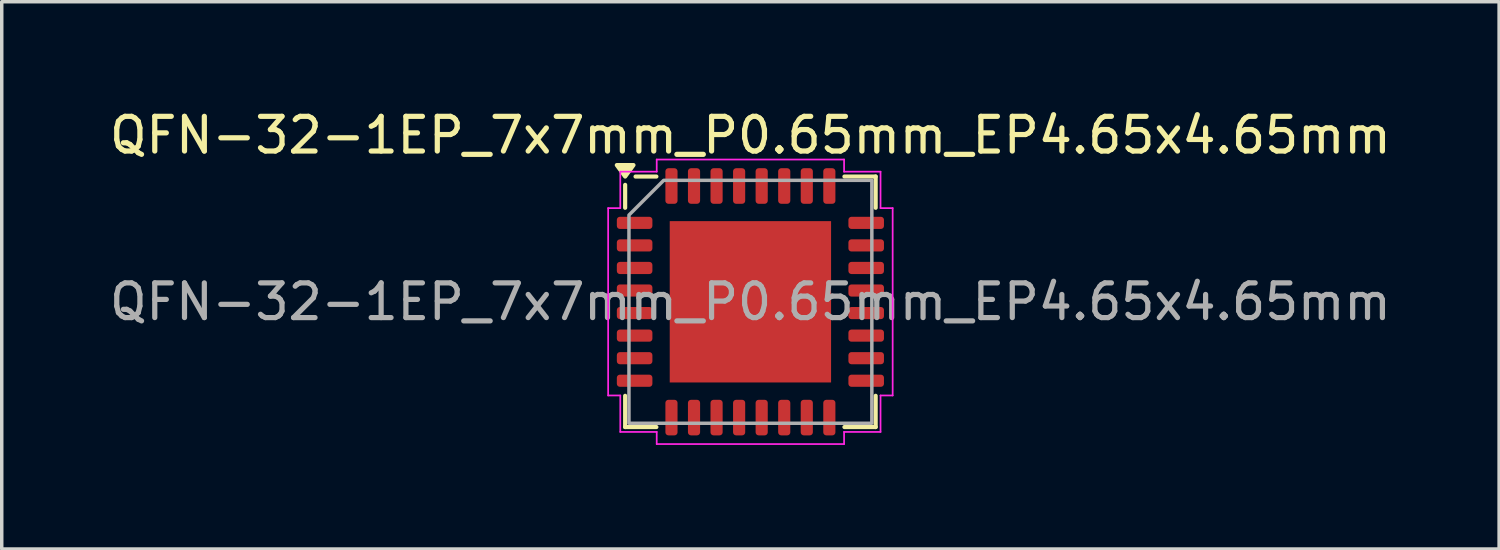
<source format=kicad_pcb>
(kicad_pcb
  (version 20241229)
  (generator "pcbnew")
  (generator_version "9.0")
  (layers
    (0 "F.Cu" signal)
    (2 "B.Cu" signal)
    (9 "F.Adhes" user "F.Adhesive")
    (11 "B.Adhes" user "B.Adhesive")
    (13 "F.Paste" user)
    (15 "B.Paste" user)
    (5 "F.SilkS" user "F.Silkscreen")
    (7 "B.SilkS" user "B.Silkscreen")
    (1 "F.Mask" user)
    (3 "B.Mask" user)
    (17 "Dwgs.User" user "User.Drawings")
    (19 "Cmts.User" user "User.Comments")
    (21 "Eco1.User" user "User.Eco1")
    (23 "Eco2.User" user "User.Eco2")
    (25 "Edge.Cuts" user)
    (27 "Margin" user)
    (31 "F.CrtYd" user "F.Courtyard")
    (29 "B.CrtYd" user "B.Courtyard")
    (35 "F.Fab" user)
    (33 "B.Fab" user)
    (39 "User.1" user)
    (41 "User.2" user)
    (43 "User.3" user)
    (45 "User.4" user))
  (footprint "QFN-32-1EP_7x7mm_P0.65mm_EP4.65x4.65mm"
    (layer "F.Cu")
    (at 18.577 5.648)
    (property "Reference" "QFN-32-1EP_7x7mm_P0.65mm_EP4.65x4.65mm" (at 0 -4.8 0) (layer "F.SilkS") (effects (font (size 1 1) (thickness 0.15))))
    (attr smd)
    (fp_line (start -3.61 -2.71) (end -3.61 -3.37) (stroke (width 0.12) (type solid)) (layer "F.SilkS"))
    (fp_line (start -3.61 3.61) (end -3.61 2.71) (stroke (width 0.12) (type solid)) (layer "F.SilkS"))
    (fp_line (start -2.71 -3.61) (end -3.31 -3.61) (stroke (width 0.12) (type solid)) (layer "F.SilkS"))
    (fp_line (start -2.71 3.61) (end -3.61 3.61) (stroke (width 0.12) (type solid)) (layer "F.SilkS"))
    (fp_line (start 2.71 -3.61) (end 3.61 -3.61) (stroke (width 0.12) (type solid)) (layer "F.SilkS"))
    (fp_line (start 2.71 3.61) (end 3.61 3.61) (stroke (width 0.12) (type solid)) (layer "F.SilkS"))
    (fp_line (start 3.61 -3.61) (end 3.61 -2.71) (stroke (width 0.12) (type solid)) (layer "F.SilkS"))
    (fp_line (start 3.61 3.61) (end 3.61 2.71) (stroke (width 0.12) (type solid)) (layer "F.SilkS"))
    (fp_poly (pts (xy -3.61 -3.61) (xy -3.85 -3.94) (xy -3.37 -3.94)) (stroke (width 0.12) (type solid)) (fill yes) (layer "F.SilkS"))
    (fp_line (start -4.1 -2.7) (end -3.75 -2.7) (stroke (width 0.05) (type solid)) (layer "F.CrtYd"))
    (fp_line (start -4.1 2.7) (end -4.1 -2.7) (stroke (width 0.05) (type solid)) (layer "F.CrtYd"))
    (fp_line (start -3.75 -3.75) (end -2.7 -3.75) (stroke (width 0.05) (type solid)) (layer "F.CrtYd"))
    (fp_line (start -3.75 -2.7) (end -3.75 -3.75) (stroke (width 0.05) (type solid)) (layer "F.CrtYd"))
    (fp_line (start -3.75 2.7) (end -4.1 2.7) (stroke (width 0.05) (type solid)) (layer "F.CrtYd"))
    (fp_line (start -3.75 3.75) (end -3.75 2.7) (stroke (width 0.05) (type solid)) (layer "F.CrtYd"))
    (fp_line (start -2.7 -4.1) (end 2.7 -4.1) (stroke (width 0.05) (type solid)) (layer "F.CrtYd"))
    (fp_line (start -2.7 -3.75) (end -2.7 -4.1) (stroke (width 0.05) (type solid)) (layer "F.CrtYd"))
    (fp_line (start -2.7 3.75) (end -3.75 3.75) (stroke (width 0.05) (type solid)) (layer "F.CrtYd"))
    (fp_line (start -2.7 4.1) (end -2.7 3.75) (stroke (width 0.05) (type solid)) (layer "F.CrtYd"))
    (fp_line (start 2.7 -4.1) (end 2.7 -3.75) (stroke (width 0.05) (type solid)) (layer "F.CrtYd"))
    (fp_line (start 2.7 -3.75) (end 3.75 -3.75) (stroke (width 0.05) (type solid)) (layer "F.CrtYd"))
    (fp_line (start 2.7 3.75) (end 2.7 4.1) (stroke (width 0.05) (type solid)) (layer "F.CrtYd"))
    (fp_line (start 2.7 4.1) (end -2.7 4.1) (stroke (width 0.05) (type solid)) (layer "F.CrtYd"))
    (fp_line (start 3.75 -3.75) (end 3.75 -2.7) (stroke (width 0.05) (type solid)) (layer "F.CrtYd"))
    (fp_line (start 3.75 -2.7) (end 4.1 -2.7) (stroke (width 0.05) (type solid)) (layer "F.CrtYd"))
    (fp_line (start 3.75 2.7) (end 3.75 3.75) (stroke (width 0.05) (type solid)) (layer "F.CrtYd"))
    (fp_line (start 3.75 3.75) (end 2.7 3.75) (stroke (width 0.05) (type solid)) (layer "F.CrtYd"))
    (fp_line (start 4.1 -2.7) (end 4.1 2.7) (stroke (width 0.05) (type solid)) (layer "F.CrtYd"))
    (fp_line (start 4.1 2.7) (end 3.75 2.7) (stroke (width 0.05) (type solid)) (layer "F.CrtYd"))
    (fp_poly (pts (xy -3.5 -2.5) (xy -3.5 3.5) (xy 3.5 3.5) (xy 3.5 -3.5) (xy -2.5 -3.5)) (stroke (width 0.1) (type solid)) (fill no) (layer "F.Fab"))
    (fp_text user "${REFERENCE}" (at 0 0 0) (layer "F.Fab") (effects (font (size 1 1) (thickness 0.15))))
    (pad "" smd roundrect (at -1.74 -1.74) (size 0.94 0.94) (layers "F.Paste") (roundrect_rratio 0.25))
    (pad "" smd roundrect (at -1.74 -0.58) (size 0.94 0.94) (layers "F.Paste") (roundrect_rratio 0.25))
    (pad "" smd roundrect (at -1.74 0.58) (size 0.94 0.94) (layers "F.Paste") (roundrect_rratio 0.25))
    (pad "" smd roundrect (at -1.74 1.74) (size 0.94 0.94) (layers "F.Paste") (roundrect_rratio 0.25))
    (pad "" smd roundrect (at -0.58 -1.74) (size 0.94 0.94) (layers "F.Paste") (roundrect_rratio 0.25))
    (pad "" smd roundrect (at -0.58 -0.58) (size 0.94 0.94) (layers "F.Paste") (roundrect_rratio 0.25))
    (pad "" smd roundrect (at -0.58 0.58) (size 0.94 0.94) (layers "F.Paste") (roundrect_rratio 0.25))
    (pad "" smd roundrect (at -0.58 1.74) (size 0.94 0.94) (layers "F.Paste") (roundrect_rratio 0.25))
    (pad "" smd roundrect (at 0.58 -1.74) (size 0.94 0.94) (layers "F.Paste") (roundrect_rratio 0.25))
    (pad "" smd roundrect (at 0.58 -0.58) (size 0.94 0.94) (layers "F.Paste") (roundrect_rratio 0.25))
    (pad "" smd roundrect (at 0.58 0.58) (size 0.94 0.94) (layers "F.Paste") (roundrect_rratio 0.25))
    (pad "" smd roundrect (at 0.58 1.74) (size 0.94 0.94) (layers "F.Paste") (roundrect_rratio 0.25))
    (pad "" smd roundrect (at 1.74 -1.74) (size 0.94 0.94) (layers "F.Paste") (roundrect_rratio 0.25))
    (pad "" smd roundrect (at 1.74 -0.58) (size 0.94 0.94) (layers "F.Paste") (roundrect_rratio 0.25))
    (pad "" smd roundrect (at 1.74 0.58) (size 0.94 0.94) (layers "F.Paste") (roundrect_rratio 0.25))
    (pad "" smd roundrect (at 1.74 1.74) (size 0.94 0.94) (layers "F.Paste") (roundrect_rratio 0.25))
    (pad "1" smd roundrect (at -3.337 -2.275) (size 1.025 0.35) (layers "F.Cu" "F.Mask" "F.Paste") (roundrect_rratio 0.25))
    (pad "2" smd roundrect (at -3.337 -1.625) (size 1.025 0.35) (layers "F.Cu" "F.Mask" "F.Paste") (roundrect_rratio 0.25))
    (pad "3" smd roundrect (at -3.337 -0.975) (size 1.025 0.35) (layers "F.Cu" "F.Mask" "F.Paste") (roundrect_rratio 0.25))
    (pad "4" smd roundrect (at -3.337 -0.325) (size 1.025 0.35) (layers "F.Cu" "F.Mask" "F.Paste") (roundrect_rratio 0.25))
    (pad "5" smd roundrect (at -3.337 0.325) (size 1.025 0.35) (layers "F.Cu" "F.Mask" "F.Paste") (roundrect_rratio 0.25))
    (pad "6" smd roundrect (at -3.337 0.975) (size 1.025 0.35) (layers "F.Cu" "F.Mask" "F.Paste") (roundrect_rratio 0.25))
    (pad "7" smd roundrect (at -3.337 1.625) (size 1.025 0.35) (layers "F.Cu" "F.Mask" "F.Paste") (roundrect_rratio 0.25))
    (pad "8" smd roundrect (at -3.337 2.275) (size 1.025 0.35) (layers "F.Cu" "F.Mask" "F.Paste") (roundrect_rratio 0.25))
    (pad "9" smd roundrect (at -2.275 3.337) (size 0.35 1.025) (layers "F.Cu" "F.Mask" "F.Paste") (roundrect_rratio 0.25))
    (pad "10" smd roundrect (at -1.625 3.337) (size 0.35 1.025) (layers "F.Cu" "F.Mask" "F.Paste") (roundrect_rratio 0.25))
    (pad "11" smd roundrect (at -0.975 3.337) (size 0.35 1.025) (layers "F.Cu" "F.Mask" "F.Paste") (roundrect_rratio 0.25))
    (pad "12" smd roundrect (at -0.325 3.337) (size 0.35 1.025) (layers "F.Cu" "F.Mask" "F.Paste") (roundrect_rratio 0.25))
    (pad "13" smd roundrect (at 0.325 3.337) (size 0.35 1.025) (layers "F.Cu" "F.Mask" "F.Paste") (roundrect_rratio 0.25))
    (pad "14" smd roundrect (at 0.975 3.337) (size 0.35 1.025) (layers "F.Cu" "F.Mask" "F.Paste") (roundrect_rratio 0.25))
    (pad "15" smd roundrect (at 1.625 3.337) (size 0.35 1.025) (layers "F.Cu" "F.Mask" "F.Paste") (roundrect_rratio 0.25))
    (pad "16" smd roundrect (at 2.275 3.337) (size 0.35 1.025) (layers "F.Cu" "F.Mask" "F.Paste") (roundrect_rratio 0.25))
    (pad "17" smd roundrect (at 3.337 2.275) (size 1.025 0.35) (layers "F.Cu" "F.Mask" "F.Paste") (roundrect_rratio 0.25))
    (pad "18" smd roundrect (at 3.337 1.625) (size 1.025 0.35) (layers "F.Cu" "F.Mask" "F.Paste") (roundrect_rratio 0.25))
    (pad "19" smd roundrect (at 3.337 0.975) (size 1.025 0.35) (layers "F.Cu" "F.Mask" "F.Paste") (roundrect_rratio 0.25))
    (pad "20" smd roundrect (at 3.337 0.325) (size 1.025 0.35) (layers "F.Cu" "F.Mask" "F.Paste") (roundrect_rratio 0.25))
    (pad "21" smd roundrect (at 3.337 -0.325) (size 1.025 0.35) (layers "F.Cu" "F.Mask" "F.Paste") (roundrect_rratio 0.25))
    (pad "22" smd roundrect (at 3.337 -0.975) (size 1.025 0.35) (layers "F.Cu" "F.Mask" "F.Paste") (roundrect_rratio 0.25))
    (pad "23" smd roundrect (at 3.337 -1.625) (size 1.025 0.35) (layers "F.Cu" "F.Mask" "F.Paste") (roundrect_rratio 0.25))
    (pad "24" smd roundrect (at 3.337 -2.275) (size 1.025 0.35) (layers "F.Cu" "F.Mask" "F.Paste") (roundrect_rratio 0.25))
    (pad "25" smd roundrect (at 2.275 -3.337) (size 0.35 1.025) (layers "F.Cu" "F.Mask" "F.Paste") (roundrect_rratio 0.25))
    (pad "26" smd roundrect (at 1.625 -3.337) (size 0.35 1.025) (layers "F.Cu" "F.Mask" "F.Paste") (roundrect_rratio 0.25))
    (pad "27" smd roundrect (at 0.975 -3.337) (size 0.35 1.025) (layers "F.Cu" "F.Mask" "F.Paste") (roundrect_rratio 0.25))
    (pad "28" smd roundrect (at 0.325 -3.337) (size 0.35 1.025) (layers "F.Cu" "F.Mask" "F.Paste") (roundrect_rratio 0.25))
    (pad "29" smd roundrect (at -0.325 -3.337) (size 0.35 1.025) (layers "F.Cu" "F.Mask" "F.Paste") (roundrect_rratio 0.25))
    (pad "30" smd roundrect (at -0.975 -3.337) (size 0.35 1.025) (layers "F.Cu" "F.Mask" "F.Paste") (roundrect_rratio 0.25))
    (pad "31" smd roundrect (at -1.625 -3.337) (size 0.35 1.025) (layers "F.Cu" "F.Mask" "F.Paste") (roundrect_rratio 0.25))
    (pad "32" smd roundrect (at -2.275 -3.337) (size 0.35 1.025) (layers "F.Cu" "F.Mask" "F.Paste") (roundrect_rratio 0.25))
    (pad "33" smd rect (at 0 0) (size 4.65 4.65) (property pad_prop_heatsink) (layers "F.Cu" "F.Mask")))
  (gr_rect
    (start -3 -3)
    (end 40.155 12.773)
    (stroke (width 0.1) (type default))
    (fill no)
    (layer "Edge.Cuts")))
</source>
